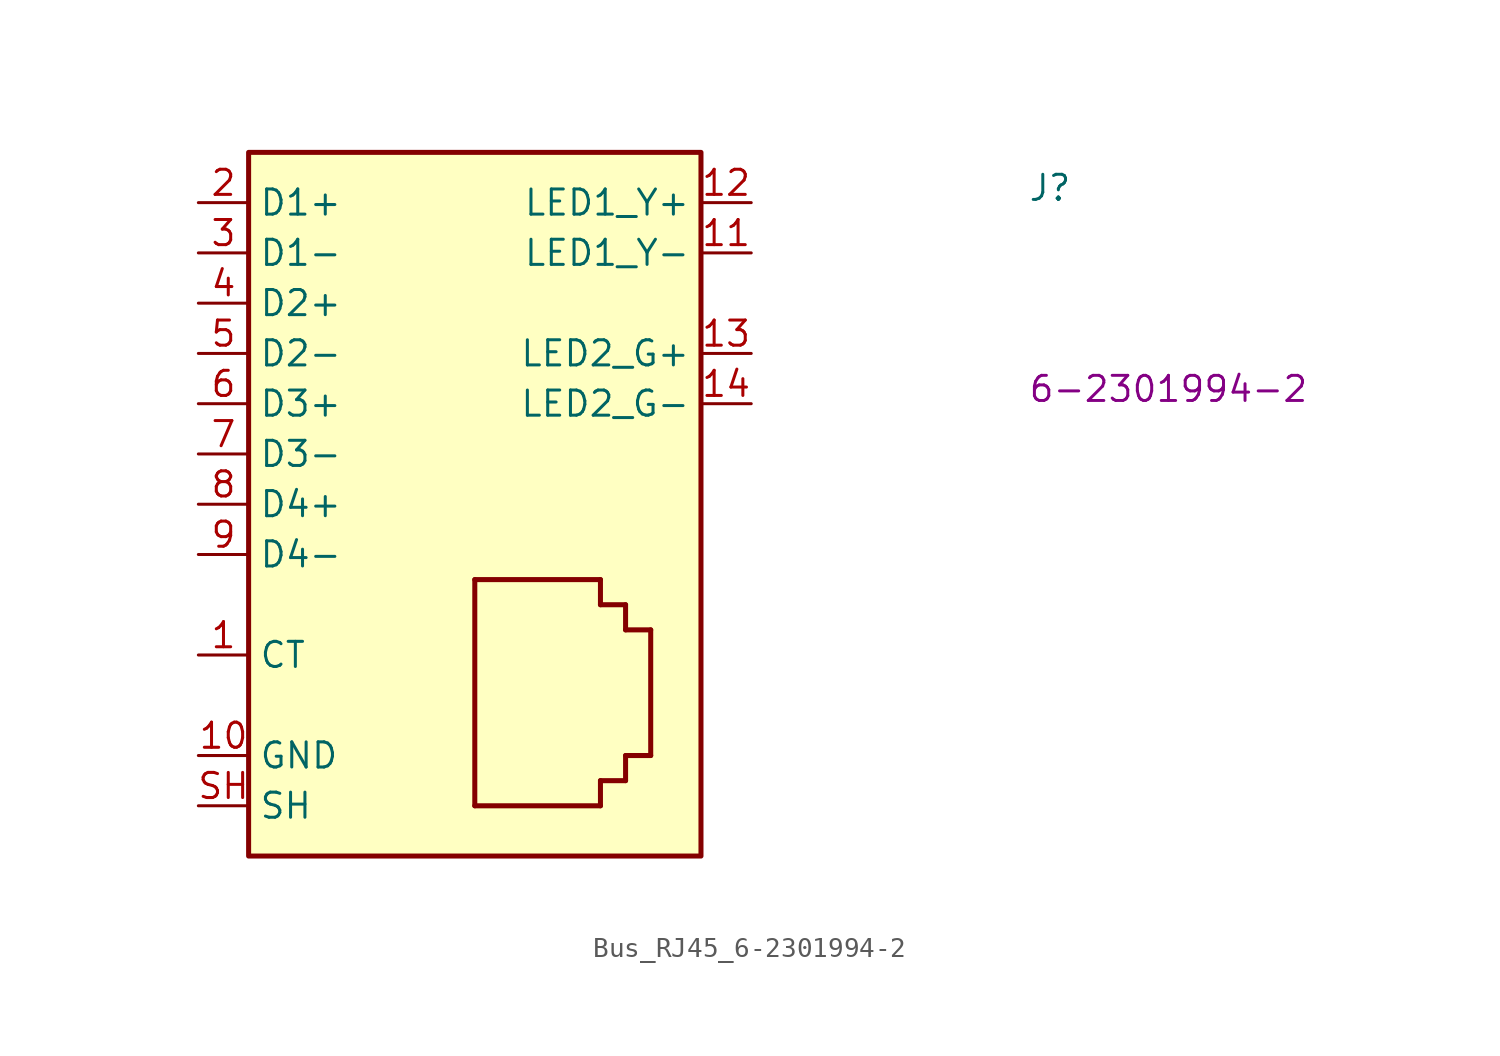
<source format=kicad_sym>
(kicad_symbol_lib
  (version 20220914)
  (generator kicad_symbol_editor)
  (symbol "Bus_RJ45_6-2301994-2"
    (property "Reference" "J"
      (at 41.91 0 0)
      (effects (font (size 1.27 1.27) (thickness 0.15)) (justify left bottom)))
    (property "MPN" "6-2301994-2"
      (at 41.91 -10.16 0)
      (effects (font (size 1.27 1.27) (thickness 0.15)) (justify left bottom)))
    (symbol "Bus_RJ45_6-2301994-2_1_1"
      (polyline (pts (xy 13.97 -30.48) (xy 13.97 -19.05)) (stroke (width 0.254) (type default)) (fill (type background)))
      (polyline (pts (xy 13.97 -19.05) (xy 20.32 -19.05)) (stroke (width 0.254) (type default)) (fill (type background)))
      (polyline (pts (xy 20.32 -30.48) (xy 13.97 -30.48)) (stroke (width 0.254) (type default)) (fill (type background)))
      (polyline (pts (xy 20.32 -30.48) (xy 20.32 -29.21)) (stroke (width 0.254) (type default)) (fill (type background)))
      (polyline (pts (xy 20.32 -29.21) (xy 21.59 -29.21)) (stroke (width 0.254) (type default)) (fill (type background)))
      (polyline (pts (xy 20.32 -20.32) (xy 21.59 -20.32)) (stroke (width 0.254) (type default)) (fill (type background)))
      (polyline (pts (xy 20.32 -19.05) (xy 20.32 -20.32)) (stroke (width 0.254) (type default)) (fill (type background)))
      (polyline (pts (xy 21.59 -29.21) (xy 21.59 -27.94)) (stroke (width 0.254) (type default)) (fill (type background)))
      (polyline (pts (xy 21.59 -27.94) (xy 22.86 -27.94)) (stroke (width 0.254) (type default)) (fill (type background)))
      (polyline (pts (xy 21.59 -21.59) (xy 22.86 -21.59)) (stroke (width 0.254) (type default)) (fill (type background)))
      (polyline (pts (xy 21.59 -20.32) (xy 21.59 -21.59)) (stroke (width 0.254) (type default)) (fill (type background)))
      (polyline (pts (xy 22.86 -21.59) (xy 22.86 -27.94)) (stroke (width 0.254) (type default)) (fill (type background)))
      (rectangle (start 2.54 2.54) (end 25.4 -33.02) (stroke (width 0.254) (type default)) (fill (type background)))
      (pin power_in line (at 0 -22.86 0) (length 2.54) (name "CT" (effects (font (size 1.27 1.27)))) (number "1" (effects (font (size 1.27 1.27)))))
      (pin power_in line (at 0 -27.94 0) (length 2.54) (name "GND" (effects (font (size 1.27 1.27)))) (number "10" (effects (font (size 1.27 1.27)))))
      (pin passive line (at 27.94 -2.54 180) (length 2.54) (name "LED1_Y-" (effects (font (size 1.27 1.27)))) (number "11" (effects (font (size 1.27 1.27)))))
      (pin passive line (at 27.94 0 180) (length 2.54) (name "LED1_Y+" (effects (font (size 1.27 1.27)))) (number "12" (effects (font (size 1.27 1.27)))))
      (pin passive line (at 27.94 -7.62 180) (length 2.54) (name "LED2_G+" (effects (font (size 1.27 1.27)))) (number "13" (effects (font (size 1.27 1.27)))))
      (pin passive line (at 27.94 -10.16 180) (length 2.54) (name "LED2_G-" (effects (font (size 1.27 1.27)))) (number "14" (effects (font (size 1.27 1.27)))))
      (pin bidirectional line (at 0 0 0) (length 2.54) (name "D1+" (effects (font (size 1.27 1.27)))) (number "2" (effects (font (size 1.27 1.27)))))
      (pin bidirectional line (at 0 -2.54 0) (length 2.54) (name "D1-" (effects (font (size 1.27 1.27)))) (number "3" (effects (font (size 1.27 1.27)))))
      (pin bidirectional line (at 0 -5.08 0) (length 2.54) (name "D2+" (effects (font (size 1.27 1.27)))) (number "4" (effects (font (size 1.27 1.27)))))
      (pin bidirectional line (at 0 -7.62 0) (length 2.54) (name "D2-" (effects (font (size 1.27 1.27)))) (number "5" (effects (font (size 1.27 1.27)))))
      (pin bidirectional line (at 0 -10.16 0) (length 2.54) (name "D3+" (effects (font (size 1.27 1.27)))) (number "6" (effects (font (size 1.27 1.27)))))
      (pin bidirectional line (at 0 -12.7 0) (length 2.54) (name "D3-" (effects (font (size 1.27 1.27)))) (number "7" (effects (font (size 1.27 1.27)))))
      (pin bidirectional line (at 0 -15.24 0) (length 2.54) (name "D4+" (effects (font (size 1.27 1.27)))) (number "8" (effects (font (size 1.27 1.27)))))
      (pin bidirectional line (at 0 -17.78 0) (length 2.54) (name "D4-" (effects (font (size 1.27 1.27)))) (number "9" (effects (font (size 1.27 1.27)))))
      (pin passive line (at 0 -30.48 0) (length 2.54) (name "SH" (effects (font (size 1.27 1.27)))) (number "SH" (effects (font (size 1.27 1.27)))))
      (pin passive line (at 0 -30.48 0) (length 2.54) hide (name "~" (effects (font (size 1.27 1.27)))) (number "SH" (effects (font (size 1.27 1.27))))))))
</source>
